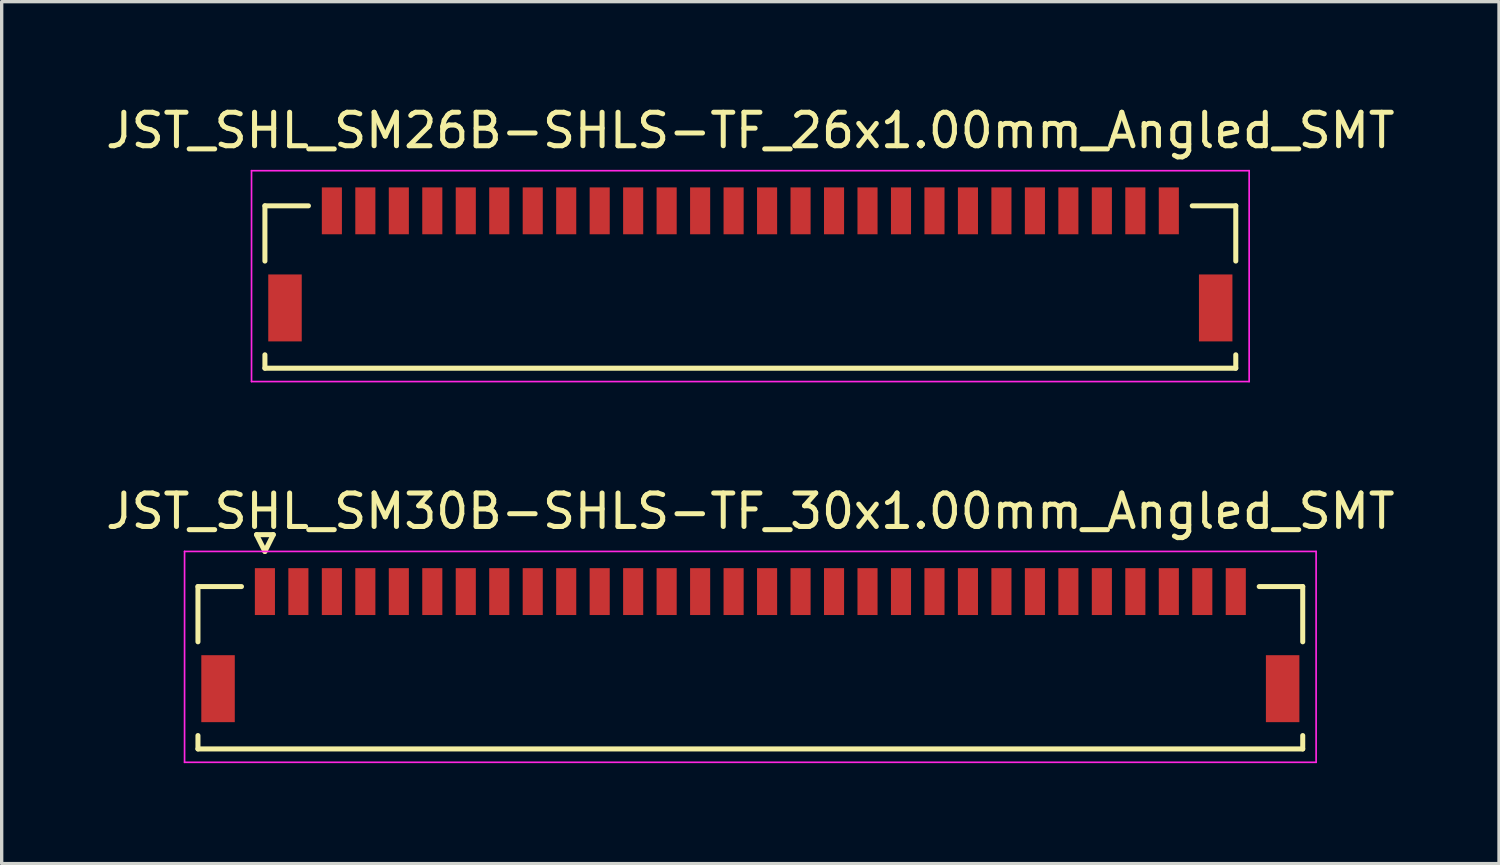
<source format=kicad_pcb>
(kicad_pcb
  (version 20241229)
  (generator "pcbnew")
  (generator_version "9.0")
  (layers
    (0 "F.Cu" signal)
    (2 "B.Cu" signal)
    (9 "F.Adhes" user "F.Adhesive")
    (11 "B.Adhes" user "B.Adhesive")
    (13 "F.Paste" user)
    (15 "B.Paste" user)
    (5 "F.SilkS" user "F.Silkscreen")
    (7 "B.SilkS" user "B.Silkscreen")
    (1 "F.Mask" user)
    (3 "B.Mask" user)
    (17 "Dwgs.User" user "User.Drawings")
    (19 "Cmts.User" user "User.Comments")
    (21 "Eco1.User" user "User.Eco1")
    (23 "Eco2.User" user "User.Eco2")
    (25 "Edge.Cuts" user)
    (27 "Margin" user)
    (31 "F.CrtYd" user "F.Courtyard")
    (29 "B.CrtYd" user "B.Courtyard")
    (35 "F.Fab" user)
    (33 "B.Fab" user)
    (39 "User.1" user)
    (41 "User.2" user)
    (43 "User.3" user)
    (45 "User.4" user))
  (footprint "JST_SHL_SM30B-SHLS-TF_30x1.00mm_Angled_SMT"
    (layer "F.Cu")
    (at 19.363 16.221)
    (property "Reference" "JST_SHL_SM30B-SHLS-TF_30x1.00mm_Angled_SMT" (at 0 -4 0) (layer "F.SilkS") (effects (font (size 1 1) (thickness 0.15))))
    (attr smd)
    (fp_line (start -16.5 -1.75) (end -15.2 -1.75) (stroke (width 0.15) (type solid)) (layer "F.SilkS"))
    (fp_line (start -16.5 -0.1) (end -16.5 -1.75) (stroke (width 0.15) (type solid)) (layer "F.SilkS"))
    (fp_line (start -16.5 2.7) (end -16.5 3.1) (stroke (width 0.15) (type solid)) (layer "F.SilkS"))
    (fp_line (start -16.5 3.1) (end 16.5 3.1) (stroke (width 0.15) (type solid)) (layer "F.SilkS"))
    (fp_line (start -14.75 -3.3) (end -14.25 -3.3) (stroke (width 0.15) (type solid)) (layer "F.SilkS"))
    (fp_line (start -14.5 -2.8) (end -14.75 -3.3) (stroke (width 0.15) (type solid)) (layer "F.SilkS"))
    (fp_line (start -14.25 -3.3) (end -14.5 -2.8) (stroke (width 0.15) (type solid)) (layer "F.SilkS"))
    (fp_line (start 16.5 -1.75) (end 15.2 -1.75) (stroke (width 0.15) (type solid)) (layer "F.SilkS"))
    (fp_line (start 16.5 -0.1) (end 16.5 -1.75) (stroke (width 0.15) (type solid)) (layer "F.SilkS"))
    (fp_line (start 16.5 3.1) (end 16.5 2.7) (stroke (width 0.15) (type solid)) (layer "F.SilkS"))
    (fp_line (start -16.9 -2.8) (end -16.9 3.5) (stroke (width 0.05) (type solid)) (layer "F.CrtYd"))
    (fp_line (start -16.9 3.5) (end 16.9 3.5) (stroke (width 0.05) (type solid)) (layer "F.CrtYd"))
    (fp_line (start 16.9 -2.8) (end -16.9 -2.8) (stroke (width 0.05) (type solid)) (layer "F.CrtYd"))
    (fp_line (start 16.9 3.5) (end 16.9 -2.8) (stroke (width 0.05) (type solid)) (layer "F.CrtYd"))
    (pad "" smd rect (at -15.9 1.3) (size 1 2) (layers "F.Cu" "F.Mask" "F.Paste"))
    (pad "" smd rect (at 15.9 1.3) (size 1 2) (layers "F.Cu" "F.Mask" "F.Paste"))
    (pad "1" smd rect (at -14.5 -1.6) (size 0.6 1.4) (layers "F.Cu" "F.Mask" "F.Paste"))
    (pad "2" smd rect (at -13.5 -1.6) (size 0.6 1.4) (layers "F.Cu" "F.Mask" "F.Paste"))
    (pad "3" smd rect (at -12.5 -1.6) (size 0.6 1.4) (layers "F.Cu" "F.Mask" "F.Paste"))
    (pad "4" smd rect (at -11.5 -1.6) (size 0.6 1.4) (layers "F.Cu" "F.Mask" "F.Paste"))
    (pad "5" smd rect (at -10.5 -1.6) (size 0.6 1.4) (layers "F.Cu" "F.Mask" "F.Paste"))
    (pad "6" smd rect (at -9.5 -1.6) (size 0.6 1.4) (layers "F.Cu" "F.Mask" "F.Paste"))
    (pad "7" smd rect (at -8.5 -1.6) (size 0.6 1.4) (layers "F.Cu" "F.Mask" "F.Paste"))
    (pad "8" smd rect (at -7.5 -1.6) (size 0.6 1.4) (layers "F.Cu" "F.Mask" "F.Paste"))
    (pad "9" smd rect (at -6.5 -1.6) (size 0.6 1.4) (layers "F.Cu" "F.Mask" "F.Paste"))
    (pad "10" smd rect (at -5.5 -1.6) (size 0.6 1.4) (layers "F.Cu" "F.Mask" "F.Paste"))
    (pad "11" smd rect (at -4.5 -1.6) (size 0.6 1.4) (layers "F.Cu" "F.Mask" "F.Paste"))
    (pad "12" smd rect (at -3.5 -1.6) (size 0.6 1.4) (layers "F.Cu" "F.Mask" "F.Paste"))
    (pad "13" smd rect (at -2.5 -1.6) (size 0.6 1.4) (layers "F.Cu" "F.Mask" "F.Paste"))
    (pad "14" smd rect (at -1.5 -1.6) (size 0.6 1.4) (layers "F.Cu" "F.Mask" "F.Paste"))
    (pad "15" smd rect (at -0.5 -1.6) (size 0.6 1.4) (layers "F.Cu" "F.Mask" "F.Paste"))
    (pad "16" smd rect (at 0.5 -1.6) (size 0.6 1.4) (layers "F.Cu" "F.Mask" "F.Paste"))
    (pad "17" smd rect (at 1.5 -1.6) (size 0.6 1.4) (layers "F.Cu" "F.Mask" "F.Paste"))
    (pad "18" smd rect (at 2.5 -1.6) (size 0.6 1.4) (layers "F.Cu" "F.Mask" "F.Paste"))
    (pad "19" smd rect (at 3.5 -1.6) (size 0.6 1.4) (layers "F.Cu" "F.Mask" "F.Paste"))
    (pad "20" smd rect (at 4.5 -1.6) (size 0.6 1.4) (layers "F.Cu" "F.Mask" "F.Paste"))
    (pad "21" smd rect (at 5.5 -1.6) (size 0.6 1.4) (layers "F.Cu" "F.Mask" "F.Paste"))
    (pad "22" smd rect (at 6.5 -1.6) (size 0.6 1.4) (layers "F.Cu" "F.Mask" "F.Paste"))
    (pad "23" smd rect (at 7.5 -1.6) (size 0.6 1.4) (layers "F.Cu" "F.Mask" "F.Paste"))
    (pad "24" smd rect (at 8.5 -1.6) (size 0.6 1.4) (layers "F.Cu" "F.Mask" "F.Paste"))
    (pad "25" smd rect (at 9.5 -1.6) (size 0.6 1.4) (layers "F.Cu" "F.Mask" "F.Paste"))
    (pad "26" smd rect (at 10.5 -1.6) (size 0.6 1.4) (layers "F.Cu" "F.Mask" "F.Paste"))
    (pad "27" smd rect (at 11.5 -1.6) (size 0.6 1.4) (layers "F.Cu" "F.Mask" "F.Paste"))
    (pad "28" smd rect (at 12.5 -1.6) (size 0.6 1.4) (layers "F.Cu" "F.Mask" "F.Paste"))
    (pad "29" smd rect (at 13.5 -1.6) (size 0.6 1.4) (layers "F.Cu" "F.Mask" "F.Paste"))
    (pad "30" smd rect (at 14.5 -1.6) (size 0.6 1.4) (layers "F.Cu" "F.Mask" "F.Paste")))
  (footprint "JST_SHL_SM26B-SHLS-TF_26x1.00mm_Angled_SMT"
    (layer "F.Cu")
    (at 19.363 4.848)
    (property "Reference" "JST_SHL_SM26B-SHLS-TF_26x1.00mm_Angled_SMT" (at 0 -4 0) (layer "F.SilkS") (effects (font (size 1 1) (thickness 0.15))))
    (attr smd)
    (fp_line (start -14.5 -1.75) (end -13.2 -1.75) (stroke (width 0.15) (type solid)) (layer "F.SilkS"))
    (fp_line (start -14.5 -0.1) (end -14.5 -1.75) (stroke (width 0.15) (type solid)) (layer "F.SilkS"))
    (fp_line (start -14.5 2.7) (end -14.5 3.1) (stroke (width 0.15) (type solid)) (layer "F.SilkS"))
    (fp_line (start -14.5 3.1) (end 14.5 3.1) (stroke (width 0.15) (type solid)) (layer "F.SilkS"))
    (fp_line (start 14.5 -1.75) (end 13.2 -1.75) (stroke (width 0.15) (type solid)) (layer "F.SilkS"))
    (fp_line (start 14.5 -0.1) (end 14.5 -1.75) (stroke (width 0.15) (type solid)) (layer "F.SilkS"))
    (fp_line (start 14.5 3.1) (end 14.5 2.7) (stroke (width 0.15) (type solid)) (layer "F.SilkS"))
    (fp_line (start -14.9 -2.8) (end -14.9 3.5) (stroke (width 0.05) (type solid)) (layer "F.CrtYd"))
    (fp_line (start -14.9 3.5) (end 14.9 3.5) (stroke (width 0.05) (type solid)) (layer "F.CrtYd"))
    (fp_line (start 14.9 -2.8) (end -14.9 -2.8) (stroke (width 0.05) (type solid)) (layer "F.CrtYd"))
    (fp_line (start 14.9 3.5) (end 14.9 -2.8) (stroke (width 0.05) (type solid)) (layer "F.CrtYd"))
    (pad "" smd rect (at -13.9 1.3) (size 1 2) (layers "F.Cu" "F.Mask" "F.Paste"))
    (pad "" smd rect (at 13.9 1.3) (size 1 2) (layers "F.Cu" "F.Mask" "F.Paste"))
    (pad "1" smd rect (at -12.5 -1.6) (size 0.6 1.4) (layers "F.Cu" "F.Mask" "F.Paste"))
    (pad "2" smd rect (at -11.5 -1.6) (size 0.6 1.4) (layers "F.Cu" "F.Mask" "F.Paste"))
    (pad "3" smd rect (at -10.5 -1.6) (size 0.6 1.4) (layers "F.Cu" "F.Mask" "F.Paste"))
    (pad "4" smd rect (at -9.5 -1.6) (size 0.6 1.4) (layers "F.Cu" "F.Mask" "F.Paste"))
    (pad "5" smd rect (at -8.5 -1.6) (size 0.6 1.4) (layers "F.Cu" "F.Mask" "F.Paste"))
    (pad "6" smd rect (at -7.5 -1.6) (size 0.6 1.4) (layers "F.Cu" "F.Mask" "F.Paste"))
    (pad "7" smd rect (at -6.5 -1.6) (size 0.6 1.4) (layers "F.Cu" "F.Mask" "F.Paste"))
    (pad "8" smd rect (at -5.5 -1.6) (size 0.6 1.4) (layers "F.Cu" "F.Mask" "F.Paste"))
    (pad "9" smd rect (at -4.5 -1.6) (size 0.6 1.4) (layers "F.Cu" "F.Mask" "F.Paste"))
    (pad "10" smd rect (at -3.5 -1.6) (size 0.6 1.4) (layers "F.Cu" "F.Mask" "F.Paste"))
    (pad "11" smd rect (at -2.5 -1.6) (size 0.6 1.4) (layers "F.Cu" "F.Mask" "F.Paste"))
    (pad "12" smd rect (at -1.5 -1.6) (size 0.6 1.4) (layers "F.Cu" "F.Mask" "F.Paste"))
    (pad "13" smd rect (at -0.5 -1.6) (size 0.6 1.4) (layers "F.Cu" "F.Mask" "F.Paste"))
    (pad "14" smd rect (at 0.5 -1.6) (size 0.6 1.4) (layers "F.Cu" "F.Mask" "F.Paste"))
    (pad "15" smd rect (at 1.5 -1.6) (size 0.6 1.4) (layers "F.Cu" "F.Mask" "F.Paste"))
    (pad "16" smd rect (at 2.5 -1.6) (size 0.6 1.4) (layers "F.Cu" "F.Mask" "F.Paste"))
    (pad "17" smd rect (at 3.5 -1.6) (size 0.6 1.4) (layers "F.Cu" "F.Mask" "F.Paste"))
    (pad "18" smd rect (at 4.5 -1.6) (size 0.6 1.4) (layers "F.Cu" "F.Mask" "F.Paste"))
    (pad "19" smd rect (at 5.5 -1.6) (size 0.6 1.4) (layers "F.Cu" "F.Mask" "F.Paste"))
    (pad "20" smd rect (at 6.5 -1.6) (size 0.6 1.4) (layers "F.Cu" "F.Mask" "F.Paste"))
    (pad "21" smd rect (at 7.5 -1.6) (size 0.6 1.4) (layers "F.Cu" "F.Mask" "F.Paste"))
    (pad "22" smd rect (at 8.5 -1.6) (size 0.6 1.4) (layers "F.Cu" "F.Mask" "F.Paste"))
    (pad "23" smd rect (at 9.5 -1.6) (size 0.6 1.4) (layers "F.Cu" "F.Mask" "F.Paste"))
    (pad "24" smd rect (at 10.5 -1.6) (size 0.6 1.4) (layers "F.Cu" "F.Mask" "F.Paste"))
    (pad "25" smd rect (at 11.5 -1.6) (size 0.6 1.4) (layers "F.Cu" "F.Mask" "F.Paste"))
    (pad "26" smd rect (at 12.5 -1.6) (size 0.6 1.4) (layers "F.Cu" "F.Mask" "F.Paste")))
  (gr_rect
    (start -3 -3)
    (end 41.726 22.747)
    (stroke (width 0.1) (type default))
    (fill no)
    (layer "Edge.Cuts")))
</source>
